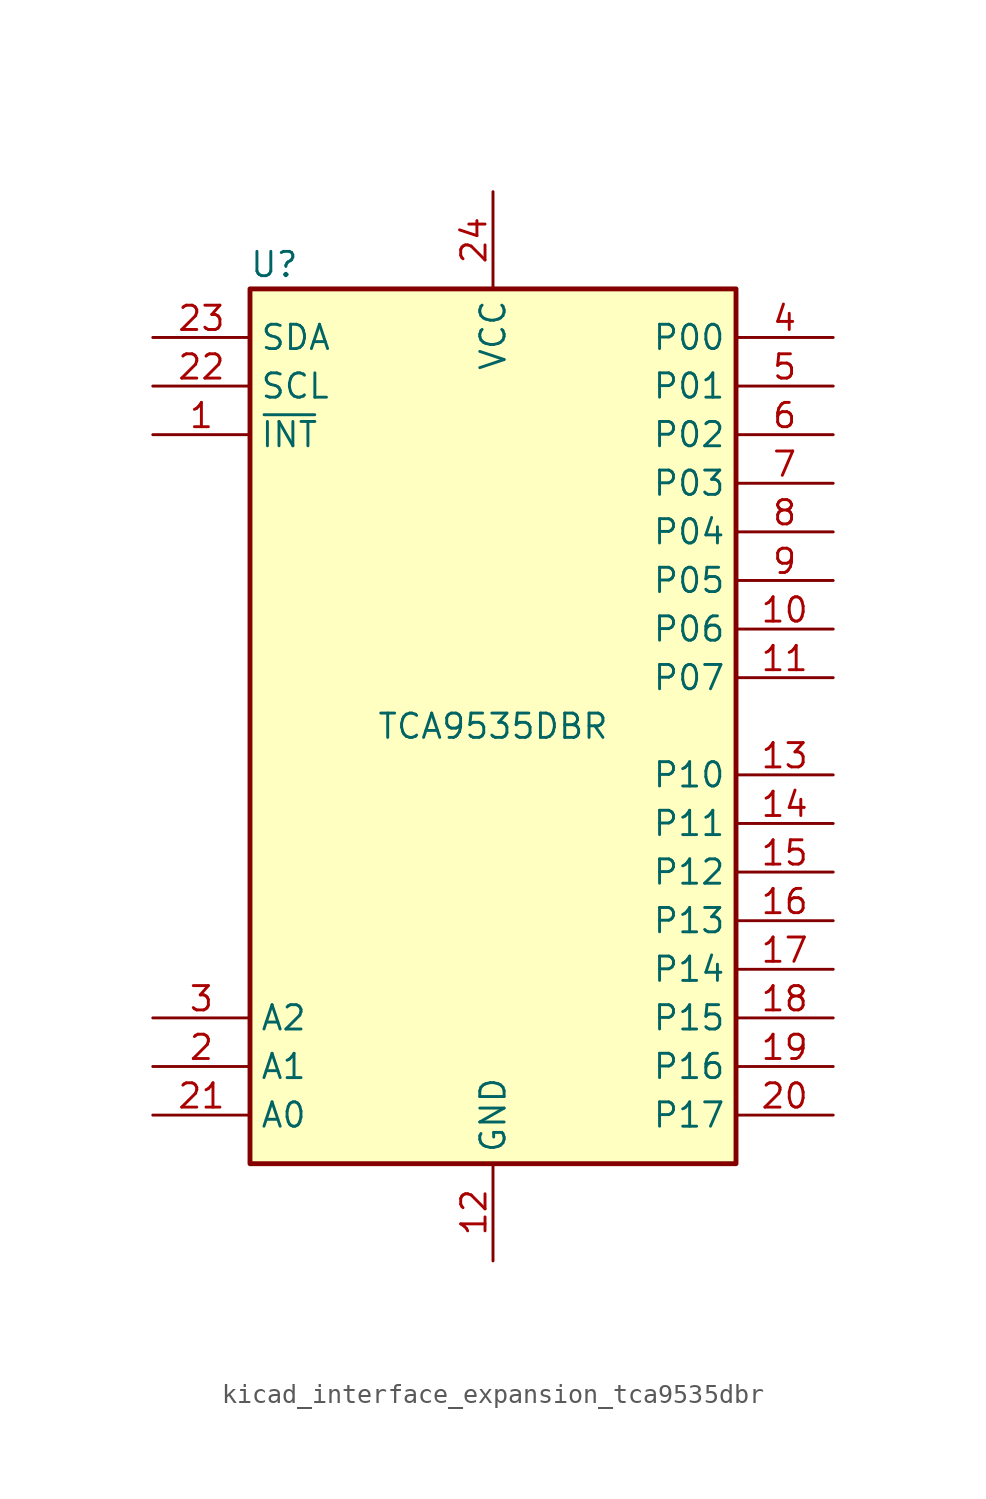
<source format=kicad_sym>
(kicad_symbol_lib
  (version 20220914)
  (generator kicad_symbol_editor)
  (symbol "kicad_interface_expansion_tca9535dbr"
    (property "Reference" "U"
      (at -11.43 24.13 0)
      (effects (font (size 1.27 1.27))))
    (property "Value" "TCA9535DBR"
      (at 0 0 0)
      (effects (font (size 1.27 1.27))))
    (symbol "kicad_interface_expansion_tca9535dbr_0_1"
      (rectangle (start -12.7 22.86) (end 12.7 -22.86) (stroke (width 0.254) (type default)) (fill (type background))))
    (symbol "kicad_interface_expansion_tca9535dbr_1_1"
      (pin open_collector line (at -17.78 15.24 0) (length 5.08) (name "~{INT}" (effects (font (size 1.27 1.27)))) (number "1" (effects (font (size 1.27 1.27)))))
      (pin bidirectional line (at 17.78 5.08 180) (length 5.08) (name "P06" (effects (font (size 1.27 1.27)))) (number "10" (effects (font (size 1.27 1.27)))))
      (pin bidirectional line (at 17.78 2.54 180) (length 5.08) (name "P07" (effects (font (size 1.27 1.27)))) (number "11" (effects (font (size 1.27 1.27)))))
      (pin power_in line (at 0 -27.94 90) (length 5.08) (name "GND" (effects (font (size 1.27 1.27)))) (number "12" (effects (font (size 1.27 1.27)))))
      (pin bidirectional line (at 17.78 -2.54 180) (length 5.08) (name "P10" (effects (font (size 1.27 1.27)))) (number "13" (effects (font (size 1.27 1.27)))))
      (pin bidirectional line (at 17.78 -5.08 180) (length 5.08) (name "P11" (effects (font (size 1.27 1.27)))) (number "14" (effects (font (size 1.27 1.27)))))
      (pin bidirectional line (at 17.78 -7.62 180) (length 5.08) (name "P12" (effects (font (size 1.27 1.27)))) (number "15" (effects (font (size 1.27 1.27)))))
      (pin bidirectional line (at 17.78 -10.16 180) (length 5.08) (name "P13" (effects (font (size 1.27 1.27)))) (number "16" (effects (font (size 1.27 1.27)))))
      (pin bidirectional line (at 17.78 -12.7 180) (length 5.08) (name "P14" (effects (font (size 1.27 1.27)))) (number "17" (effects (font (size 1.27 1.27)))))
      (pin bidirectional line (at 17.78 -15.24 180) (length 5.08) (name "P15" (effects (font (size 1.27 1.27)))) (number "18" (effects (font (size 1.27 1.27)))))
      (pin bidirectional line (at 17.78 -17.78 180) (length 5.08) (name "P16" (effects (font (size 1.27 1.27)))) (number "19" (effects (font (size 1.27 1.27)))))
      (pin input line (at -17.78 -17.78 0) (length 5.08) (name "A1" (effects (font (size 1.27 1.27)))) (number "2" (effects (font (size 1.27 1.27)))))
      (pin bidirectional line (at 17.78 -20.32 180) (length 5.08) (name "P17" (effects (font (size 1.27 1.27)))) (number "20" (effects (font (size 1.27 1.27)))))
      (pin input line (at -17.78 -20.32 0) (length 5.08) (name "A0" (effects (font (size 1.27 1.27)))) (number "21" (effects (font (size 1.27 1.27)))))
      (pin input line (at -17.78 17.78 0) (length 5.08) (name "SCL" (effects (font (size 1.27 1.27)))) (number "22" (effects (font (size 1.27 1.27)))))
      (pin bidirectional line (at -17.78 20.32 0) (length 5.08) (name "SDA" (effects (font (size 1.27 1.27)))) (number "23" (effects (font (size 1.27 1.27)))))
      (pin power_in line (at 0 27.94 270) (length 5.08) (name "VCC" (effects (font (size 1.27 1.27)))) (number "24" (effects (font (size 1.27 1.27)))))
      (pin input line (at -17.78 -15.24 0) (length 5.08) (name "A2" (effects (font (size 1.27 1.27)))) (number "3" (effects (font (size 1.27 1.27)))))
      (pin bidirectional line (at 17.78 20.32 180) (length 5.08) (name "P00" (effects (font (size 1.27 1.27)))) (number "4" (effects (font (size 1.27 1.27)))))
      (pin bidirectional line (at 17.78 17.78 180) (length 5.08) (name "P01" (effects (font (size 1.27 1.27)))) (number "5" (effects (font (size 1.27 1.27)))))
      (pin bidirectional line (at 17.78 15.24 180) (length 5.08) (name "P02" (effects (font (size 1.27 1.27)))) (number "6" (effects (font (size 1.27 1.27)))))
      (pin bidirectional line (at 17.78 12.7 180) (length 5.08) (name "P03" (effects (font (size 1.27 1.27)))) (number "7" (effects (font (size 1.27 1.27)))))
      (pin bidirectional line (at 17.78 10.16 180) (length 5.08) (name "P04" (effects (font (size 1.27 1.27)))) (number "8" (effects (font (size 1.27 1.27)))))
      (pin bidirectional line (at 17.78 7.62 180) (length 5.08) (name "P05" (effects (font (size 1.27 1.27)))) (number "9" (effects (font (size 1.27 1.27))))))))
</source>
